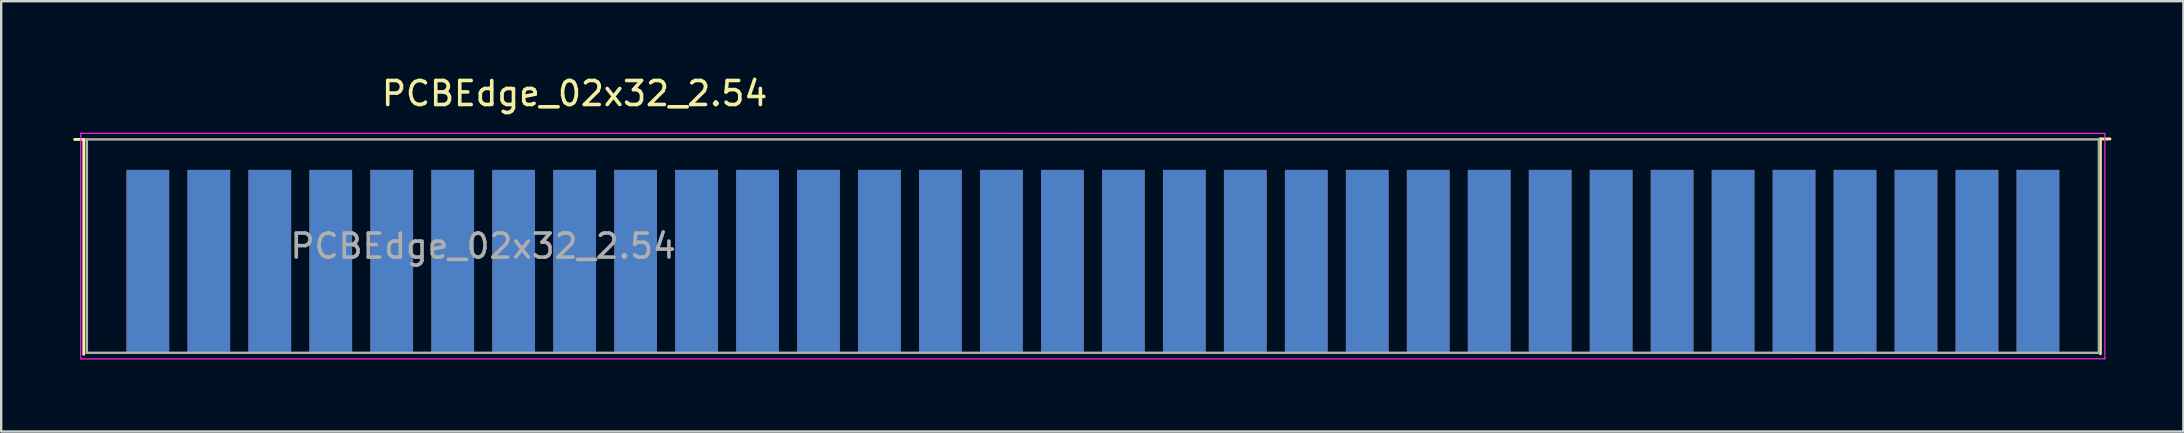
<source format=kicad_pcb>
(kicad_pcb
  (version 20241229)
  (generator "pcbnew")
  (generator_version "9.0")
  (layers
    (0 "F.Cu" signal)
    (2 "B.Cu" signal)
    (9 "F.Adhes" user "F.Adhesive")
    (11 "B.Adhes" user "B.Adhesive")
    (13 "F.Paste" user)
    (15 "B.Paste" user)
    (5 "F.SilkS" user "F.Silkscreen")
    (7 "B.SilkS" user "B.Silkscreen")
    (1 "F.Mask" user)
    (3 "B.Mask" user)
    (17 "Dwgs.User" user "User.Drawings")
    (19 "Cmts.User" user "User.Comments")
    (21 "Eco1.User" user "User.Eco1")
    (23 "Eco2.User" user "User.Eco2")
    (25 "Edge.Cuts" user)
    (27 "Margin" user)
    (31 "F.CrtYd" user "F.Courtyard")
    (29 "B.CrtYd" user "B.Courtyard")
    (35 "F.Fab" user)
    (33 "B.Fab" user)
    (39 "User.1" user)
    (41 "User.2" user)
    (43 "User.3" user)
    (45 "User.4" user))
  (footprint "PCBEdge_02x32_2.54"
    (layer "F.Cu")
    (at 81.848 7.838)
    (property "Reference" "PCBEdge_02x32_2.54" (at -60.96 -6.99 0) (layer "F.SilkS") (effects (font (size 1 1) (thickness 0.15))))
    (attr exclude_from_pos_files exclude_from_bom)
    (fp_line (start -81.407 3.87) (end -81.407 -5.08) (stroke (width 0.12) (type solid)) (layer "F.SilkS"))
    (fp_line (start -81.388 -5.08) (end -81.788 -5.08) (stroke (width 0.12) (type solid)) (layer "F.SilkS"))
    (fp_line (start 2.6 -5.1) (end 3 -5.1) (stroke (width 0.12) (type solid)) (layer "F.SilkS"))
    (fp_line (start 2.6 3.85) (end 2.6 -5.1) (stroke (width 0.12) (type solid)) (layer "F.SilkS"))
    (fp_line (start -81.534 -5.334) (end -81.534 4.056) (stroke (width 0.05) (type solid)) (layer "F.CrtYd"))
    (fp_line (start -81.534 -5.334) (end 2.79 -5.33) (stroke (width 0.05) (type solid)) (layer "F.CrtYd"))
    (fp_line (start 2.79 4.06) (end -81.534 4.064) (stroke (width 0.05) (type solid)) (layer "F.CrtYd"))
    (fp_line (start 2.79 4.06) (end 2.79 -5.33) (stroke (width 0.05) (type solid)) (layer "F.CrtYd"))
    (fp_line (start -81.28 -5.08) (end 2.54 -5.08) (stroke (width 0.1) (type solid)) (layer "F.Fab"))
    (fp_line (start -81.28 3.81) (end -81.28 -5.08) (stroke (width 0.1) (type solid)) (layer "F.Fab"))
    (fp_line (start 2.54 -5.08) (end 2.54 3.81) (stroke (width 0.1) (type solid)) (layer "F.Fab"))
    (fp_line (start 2.54 3.81) (end -81.28 3.81) (stroke (width 0.1) (type solid)) (layer "F.Fab"))
    (fp_text user "${REFERENCE}" (at -64.77 -0.635 0) (layer "F.Fab") (effects (font (size 1 1) (thickness 0.15))))
    (pad "1" connect rect (at 0 0) (size 1.78 7.62) (layers "B.Cu" "B.Mask"))
    (pad "2" connect rect (at -2.54 0) (size 1.78 7.62) (layers "B.Cu" "B.Mask"))
    (pad "3" connect rect (at -5.08 0) (size 1.78 7.62) (layers "B.Cu" "B.Mask"))
    (pad "4" connect rect (at -7.62 0) (size 1.78 7.62) (layers "B.Cu" "B.Mask"))
    (pad "5" connect rect (at -10.16 0) (size 1.78 7.62) (layers "B.Cu" "B.Mask"))
    (pad "6" connect rect (at -12.7 0) (size 1.78 7.62) (layers "B.Cu" "B.Mask"))
    (pad "7" connect rect (at -15.24 0) (size 1.78 7.62) (layers "B.Cu" "B.Mask"))
    (pad "8" connect rect (at -17.78 0) (size 1.78 7.62) (layers "B.Cu" "B.Mask"))
    (pad "9" connect rect (at -20.32 0) (size 1.78 7.62) (layers "B.Cu" "B.Mask"))
    (pad "10" connect rect (at -22.86 0) (size 1.78 7.62) (layers "B.Cu" "B.Mask"))
    (pad "11" connect rect (at -25.4 0) (size 1.78 7.62) (layers "B.Cu" "B.Mask"))
    (pad "12" connect rect (at -27.94 0) (size 1.78 7.62) (layers "B.Cu" "B.Mask"))
    (pad "13" connect rect (at -30.48 0) (size 1.78 7.62) (layers "B.Cu" "B.Mask"))
    (pad "14" connect rect (at -33.02 0) (size 1.78 7.62) (layers "B.Cu" "B.Mask"))
    (pad "15" connect rect (at -35.56 0) (size 1.78 7.62) (layers "B.Cu" "B.Mask"))
    (pad "16" connect rect (at -38.1 0) (size 1.78 7.62) (layers "B.Cu" "B.Mask"))
    (pad "17" connect rect (at -40.64 0) (size 1.78 7.62) (layers "B.Cu" "B.Mask"))
    (pad "18" connect rect (at -43.18 0) (size 1.78 7.62) (layers "B.Cu" "B.Mask"))
    (pad "19" connect rect (at -45.72 0) (size 1.78 7.62) (layers "B.Cu" "B.Mask"))
    (pad "20" connect rect (at -48.26 0) (size 1.78 7.62) (layers "B.Cu" "B.Mask"))
    (pad "21" connect rect (at -50.8 0) (size 1.78 7.62) (layers "B.Cu" "B.Mask"))
    (pad "22" connect rect (at -53.34 0) (size 1.78 7.62) (layers "B.Cu" "B.Mask"))
    (pad "23" connect rect (at -55.88 0) (size 1.78 7.62) (layers "B.Cu" "B.Mask"))
    (pad "24" connect rect (at -58.42 0) (size 1.78 7.62) (layers "B.Cu" "B.Mask"))
    (pad "25" connect rect (at -60.96 0) (size 1.78 7.62) (layers "B.Cu" "B.Mask"))
    (pad "26" connect rect (at -63.5 0) (size 1.78 7.62) (layers "B.Cu" "B.Mask"))
    (pad "27" connect rect (at -66.04 0) (size 1.78 7.62) (layers "B.Cu" "B.Mask"))
    (pad "28" connect rect (at -68.58 0) (size 1.78 7.62) (layers "B.Cu" "B.Mask"))
    (pad "29" connect rect (at -71.12 0) (size 1.78 7.62) (layers "B.Cu" "B.Mask"))
    (pad "30" connect rect (at -73.66 0) (size 1.78 7.62) (layers "B.Cu" "B.Mask"))
    (pad "31" connect rect (at -76.2 0) (size 1.78 7.62) (layers "B.Cu" "B.Mask"))
    (pad "32" connect rect (at -78.74 0) (size 1.78 7.62) (layers "B.Cu" "B.Mask"))
    (pad "33" connect rect (at 0 0) (size 1.78 7.62) (layers "F.Cu" "F.Mask"))
    (pad "34" connect rect (at -2.54 0) (size 1.78 7.62) (layers "F.Cu" "F.Mask"))
    (pad "35" connect rect (at -5.08 0) (size 1.78 7.62) (layers "F.Cu" "F.Mask"))
    (pad "36" connect rect (at -7.62 0) (size 1.78 7.62) (layers "F.Cu" "F.Mask"))
    (pad "37" connect rect (at -10.16 0) (size 1.78 7.62) (layers "F.Cu" "F.Mask"))
    (pad "38" connect rect (at -12.7 0) (size 1.78 7.62) (layers "F.Cu" "F.Mask"))
    (pad "39" connect rect (at -15.24 0) (size 1.78 7.62) (layers "F.Cu" "F.Mask"))
    (pad "40" connect rect (at -17.78 0) (size 1.78 7.62) (layers "F.Cu" "F.Mask"))
    (pad "41" connect rect (at -20.32 0) (size 1.78 7.62) (layers "F.Cu" "F.Mask"))
    (pad "42" connect rect (at -22.86 0) (size 1.78 7.62) (layers "F.Cu" "F.Mask"))
    (pad "43" connect rect (at -25.4 0) (size 1.78 7.62) (layers "F.Cu" "F.Mask"))
    (pad "44" connect rect (at -27.94 0) (size 1.78 7.62) (layers "F.Cu" "F.Mask"))
    (pad "45" connect rect (at -30.48 0) (size 1.78 7.62) (layers "F.Cu" "F.Mask"))
    (pad "46" connect rect (at -33.02 0) (size 1.78 7.62) (layers "F.Cu" "F.Mask"))
    (pad "47" connect rect (at -35.56 0) (size 1.78 7.62) (layers "F.Cu" "F.Mask"))
    (pad "48" connect rect (at -38.1 0) (size 1.78 7.62) (layers "F.Cu" "F.Mask"))
    (pad "49" connect rect (at -40.64 0) (size 1.78 7.62) (layers "F.Cu" "F.Mask"))
    (pad "50" connect rect (at -43.18 0) (size 1.78 7.62) (layers "F.Cu" "F.Mask"))
    (pad "51" connect rect (at -45.72 0) (size 1.78 7.62) (layers "F.Cu" "F.Mask"))
    (pad "52" connect rect (at -48.26 0) (size 1.78 7.62) (layers "F.Cu" "F.Mask"))
    (pad "53" connect rect (at -50.8 0) (size 1.78 7.62) (layers "F.Cu" "F.Mask"))
    (pad "54" connect rect (at -53.34 0) (size 1.78 7.62) (layers "F.Cu" "F.Mask"))
    (pad "55" connect rect (at -55.88 0) (size 1.78 7.62) (layers "F.Cu" "F.Mask"))
    (pad "56" connect rect (at -58.42 0) (size 1.78 7.62) (layers "F.Cu" "F.Mask"))
    (pad "57" connect rect (at -60.96 0) (size 1.78 7.62) (layers "F.Cu" "F.Mask"))
    (pad "58" connect rect (at -63.5 0) (size 1.78 7.62) (layers "F.Cu" "F.Mask"))
    (pad "59" connect rect (at -66.04 0) (size 1.78 7.62) (layers "F.Cu" "F.Mask"))
    (pad "60" connect rect (at -68.58 0) (size 1.78 7.62) (layers "F.Cu" "F.Mask"))
    (pad "61" connect rect (at -71.12 0) (size 1.78 7.62) (layers "F.Cu" "F.Mask"))
    (pad "62" connect rect (at -73.66 0) (size 1.78 7.62) (layers "F.Cu" "F.Mask"))
    (pad "63" connect rect (at -76.2 0) (size 1.78 7.62) (layers "F.Cu" "F.Mask"))
    (pad "64" connect rect (at -78.74 0) (size 1.78 7.62) (layers "F.Cu" "F.Mask")))
  (gr_rect
    (start -3 -3)
    (end 87.908 14.927)
    (stroke (width 0.1) (type default))
    (fill no)
    (layer "Edge.Cuts")))
</source>
